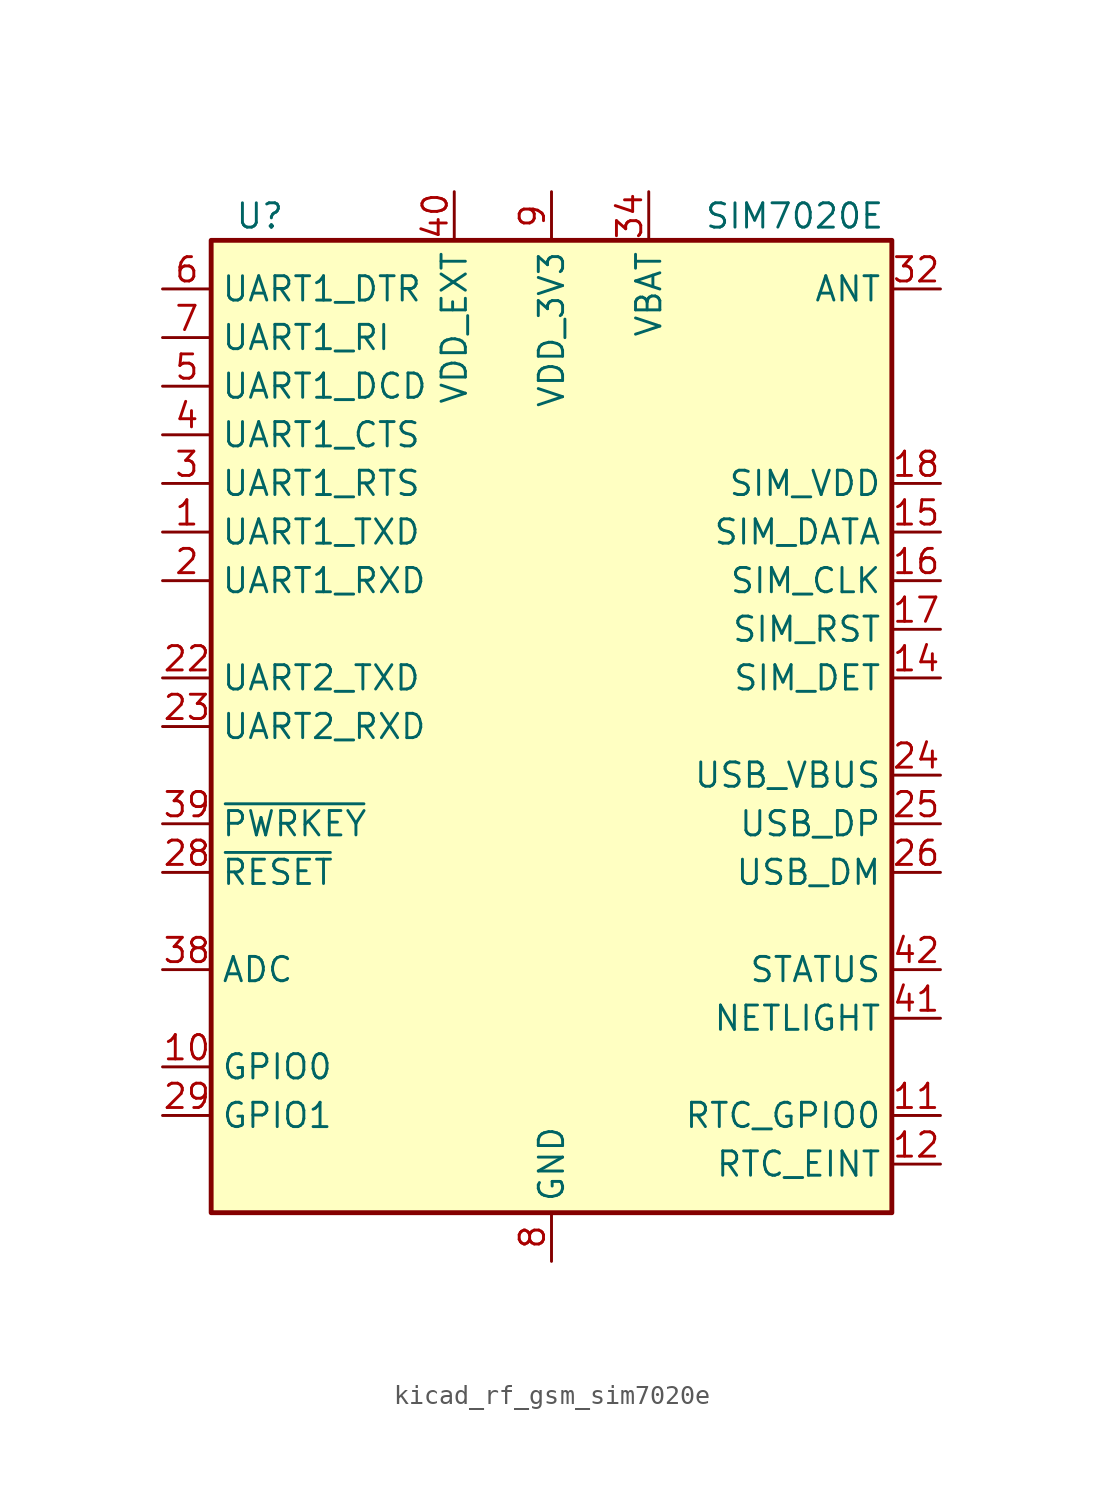
<source format=kicad_sym>
(kicad_symbol_lib
  (version 20220914)
  (generator kicad_symbol_editor)
  (symbol "kicad_rf_gsm_sim7020e"
    (property "Reference" "U"
      (at -15.24 26.67 0)
      (effects (font (size 1.27 1.27))))
    (property "Value" "SIM7020E"
      (at 12.7 26.67 0)
      (effects (font (size 1.27 1.27))))
    (symbol "kicad_rf_gsm_sim7020e_0_1"
      (rectangle (start -17.78 25.4) (end 17.78 -25.4) (stroke (width 0.254) (type default)) (fill (type background))))
    (symbol "kicad_rf_gsm_sim7020e_1_1"
      (pin output line (at -20.32 10.16 0) (length 2.54) (name "UART1_TXD" (effects (font (size 1.27 1.27)))) (number "1" (effects (font (size 1.27 1.27)))))
      (pin bidirectional line (at -20.32 -17.78 0) (length 2.54) (name "GPIO0" (effects (font (size 1.27 1.27)))) (number "10" (effects (font (size 1.27 1.27)))))
      (pin output line (at 20.32 -20.32 180) (length 2.54) (name "RTC_GPIO0" (effects (font (size 1.27 1.27)))) (number "11" (effects (font (size 1.27 1.27)))))
      (pin input line (at 20.32 -22.86 180) (length 2.54) (name "RTC_EINT" (effects (font (size 1.27 1.27)))) (number "12" (effects (font (size 1.27 1.27)))))
      (pin passive line (at 0 -27.94 90) (length 2.54) hide (name "GND" (effects (font (size 1.27 1.27)))) (number "13" (effects (font (size 1.27 1.27)))))
      (pin input line (at 20.32 2.54 180) (length 2.54) (name "SIM_DET" (effects (font (size 1.27 1.27)))) (number "14" (effects (font (size 1.27 1.27)))))
      (pin bidirectional line (at 20.32 10.16 180) (length 2.54) (name "SIM_DATA" (effects (font (size 1.27 1.27)))) (number "15" (effects (font (size 1.27 1.27)))))
      (pin output line (at 20.32 7.62 180) (length 2.54) (name "SIM_CLK" (effects (font (size 1.27 1.27)))) (number "16" (effects (font (size 1.27 1.27)))))
      (pin output line (at 20.32 5.08 180) (length 2.54) (name "SIM_RST" (effects (font (size 1.27 1.27)))) (number "17" (effects (font (size 1.27 1.27)))))
      (pin power_out line (at 20.32 12.7 180) (length 2.54) (name "SIM_VDD" (effects (font (size 1.27 1.27)))) (number "18" (effects (font (size 1.27 1.27)))))
      (pin passive line (at 0 -27.94 90) (length 2.54) hide (name "GND" (effects (font (size 1.27 1.27)))) (number "19" (effects (font (size 1.27 1.27)))))
      (pin input line (at -20.32 7.62 0) (length 2.54) (name "UART1_RXD" (effects (font (size 1.27 1.27)))) (number "2" (effects (font (size 1.27 1.27)))))
      (pin no_connect line (at 17.78 17.78 180) (length 2.54) hide (name "NC" (effects (font (size 1.27 1.27)))) (number "20" (effects (font (size 1.27 1.27)))))
      (pin passive line (at 0 -27.94 90) (length 2.54) hide (name "GND" (effects (font (size 1.27 1.27)))) (number "21" (effects (font (size 1.27 1.27)))))
      (pin output line (at -20.32 2.54 0) (length 2.54) (name "UART2_TXD" (effects (font (size 1.27 1.27)))) (number "22" (effects (font (size 1.27 1.27)))))
      (pin input line (at -20.32 0 0) (length 2.54) (name "UART2_RXD" (effects (font (size 1.27 1.27)))) (number "23" (effects (font (size 1.27 1.27)))))
      (pin input line (at 20.32 -2.54 180) (length 2.54) (name "USB_VBUS" (effects (font (size 1.27 1.27)))) (number "24" (effects (font (size 1.27 1.27)))))
      (pin bidirectional line (at 20.32 -5.08 180) (length 2.54) (name "USB_DP" (effects (font (size 1.27 1.27)))) (number "25" (effects (font (size 1.27 1.27)))))
      (pin bidirectional line (at 20.32 -7.62 180) (length 2.54) (name "USB_DM" (effects (font (size 1.27 1.27)))) (number "26" (effects (font (size 1.27 1.27)))))
      (pin passive line (at 0 -27.94 90) (length 2.54) hide (name "GND" (effects (font (size 1.27 1.27)))) (number "27" (effects (font (size 1.27 1.27)))))
      (pin input line (at -20.32 -7.62 0) (length 2.54) (name "~{RESET}" (effects (font (size 1.27 1.27)))) (number "28" (effects (font (size 1.27 1.27)))))
      (pin bidirectional line (at -20.32 -20.32 0) (length 2.54) (name "GPIO1" (effects (font (size 1.27 1.27)))) (number "29" (effects (font (size 1.27 1.27)))))
      (pin input line (at -20.32 12.7 0) (length 2.54) (name "UART1_RTS" (effects (font (size 1.27 1.27)))) (number "3" (effects (font (size 1.27 1.27)))))
      (pin passive line (at 0 -27.94 90) (length 2.54) hide (name "GND" (effects (font (size 1.27 1.27)))) (number "30" (effects (font (size 1.27 1.27)))))
      (pin passive line (at 0 -27.94 90) (length 2.54) hide (name "GND" (effects (font (size 1.27 1.27)))) (number "31" (effects (font (size 1.27 1.27)))))
      (pin passive line (at 20.32 22.86 180) (length 2.54) (name "ANT" (effects (font (size 1.27 1.27)))) (number "32" (effects (font (size 1.27 1.27)))))
      (pin passive line (at 0 -27.94 90) (length 2.54) hide (name "GND" (effects (font (size 1.27 1.27)))) (number "33" (effects (font (size 1.27 1.27)))))
      (pin power_in line (at 5.08 27.94 270) (length 2.54) (name "VBAT" (effects (font (size 1.27 1.27)))) (number "34" (effects (font (size 1.27 1.27)))))
      (pin passive line (at 5.08 27.94 270) (length 2.54) hide (name "VBAT" (effects (font (size 1.27 1.27)))) (number "35" (effects (font (size 1.27 1.27)))))
      (pin passive line (at 0 -27.94 90) (length 2.54) hide (name "GND" (effects (font (size 1.27 1.27)))) (number "36" (effects (font (size 1.27 1.27)))))
      (pin passive line (at 0 -27.94 90) (length 2.54) hide (name "GND" (effects (font (size 1.27 1.27)))) (number "37" (effects (font (size 1.27 1.27)))))
      (pin input line (at -20.32 -12.7 0) (length 2.54) (name "ADC" (effects (font (size 1.27 1.27)))) (number "38" (effects (font (size 1.27 1.27)))))
      (pin input line (at -20.32 -5.08 0) (length 2.54) (name "~{PWRKEY}" (effects (font (size 1.27 1.27)))) (number "39" (effects (font (size 1.27 1.27)))))
      (pin output line (at -20.32 15.24 0) (length 2.54) (name "UART1_CTS" (effects (font (size 1.27 1.27)))) (number "4" (effects (font (size 1.27 1.27)))))
      (pin power_out line (at -5.08 27.94 270) (length 2.54) (name "VDD_EXT" (effects (font (size 1.27 1.27)))) (number "40" (effects (font (size 1.27 1.27)))))
      (pin output line (at 20.32 -15.24 180) (length 2.54) (name "NETLIGHT" (effects (font (size 1.27 1.27)))) (number "41" (effects (font (size 1.27 1.27)))))
      (pin output line (at 20.32 -12.7 180) (length 2.54) (name "STATUS" (effects (font (size 1.27 1.27)))) (number "42" (effects (font (size 1.27 1.27)))))
      (pin output line (at -20.32 17.78 0) (length 2.54) (name "UART1_DCD" (effects (font (size 1.27 1.27)))) (number "5" (effects (font (size 1.27 1.27)))))
      (pin input line (at -20.32 22.86 0) (length 2.54) (name "UART1_DTR" (effects (font (size 1.27 1.27)))) (number "6" (effects (font (size 1.27 1.27)))))
      (pin output line (at -20.32 20.32 0) (length 2.54) (name "UART1_RI" (effects (font (size 1.27 1.27)))) (number "7" (effects (font (size 1.27 1.27)))))
      (pin power_in line (at 0 -27.94 90) (length 2.54) (name "GND" (effects (font (size 1.27 1.27)))) (number "8" (effects (font (size 1.27 1.27)))))
      (pin power_out line (at 0 27.94 270) (length 2.54) (name "VDD_3V3" (effects (font (size 1.27 1.27)))) (number "9" (effects (font (size 1.27 1.27))))))))
</source>
